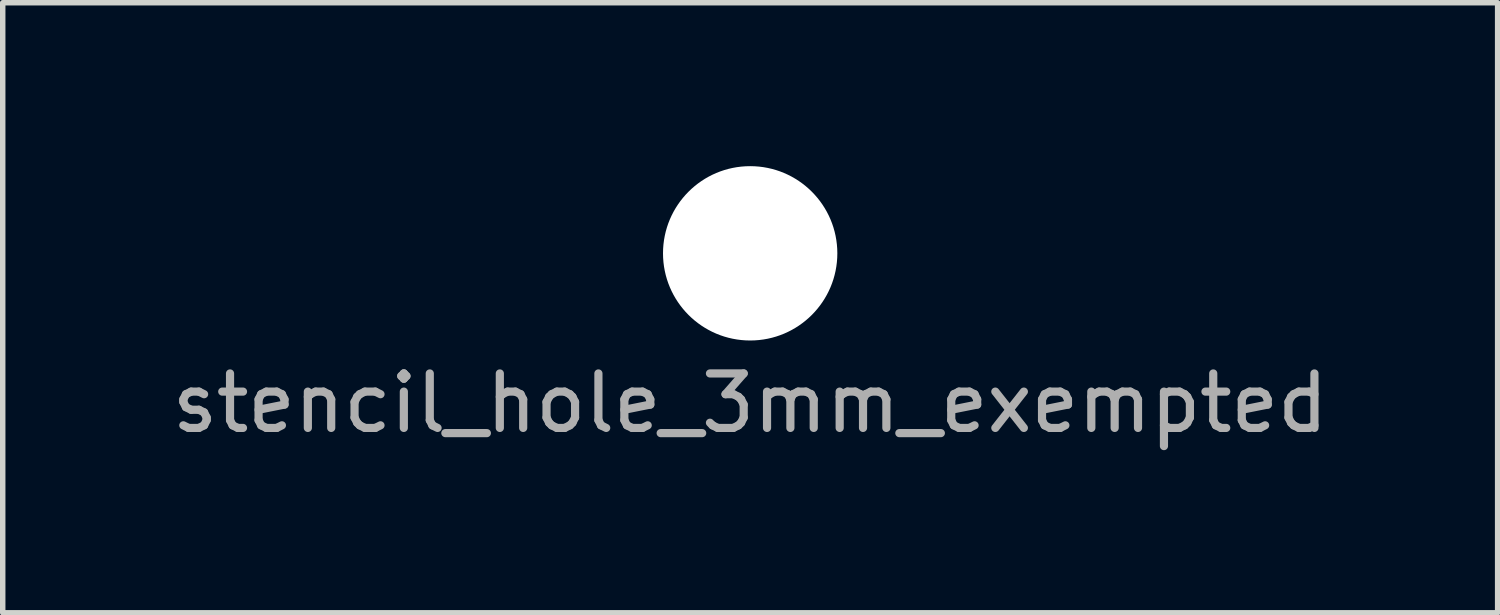
<source format=kicad_pcb>
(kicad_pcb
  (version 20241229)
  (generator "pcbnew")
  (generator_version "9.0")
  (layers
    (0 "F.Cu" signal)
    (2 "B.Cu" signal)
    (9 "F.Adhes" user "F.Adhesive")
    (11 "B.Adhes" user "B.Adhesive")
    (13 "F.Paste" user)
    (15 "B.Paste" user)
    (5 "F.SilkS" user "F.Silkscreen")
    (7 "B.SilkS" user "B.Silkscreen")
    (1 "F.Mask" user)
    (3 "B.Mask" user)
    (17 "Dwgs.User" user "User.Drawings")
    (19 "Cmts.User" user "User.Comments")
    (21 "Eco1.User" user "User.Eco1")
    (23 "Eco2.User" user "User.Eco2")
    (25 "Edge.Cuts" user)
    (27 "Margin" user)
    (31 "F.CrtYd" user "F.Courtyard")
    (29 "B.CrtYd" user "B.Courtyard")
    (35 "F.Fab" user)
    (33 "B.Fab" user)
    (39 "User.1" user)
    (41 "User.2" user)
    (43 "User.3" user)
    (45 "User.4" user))
  (footprint "stencil_hole_3mm_exempted"
    (layer "F.Cu")
    (at 10.72 1.6)
    (property "Reference" "stencil_hole_3mm_exempted" (at 0 2.75 0) (layer "F.Fab") (effects (font (size 1 1) (thickness 0.15))))
    (attr through_hole)
    (pad "" np_thru_hole circle (at 0 0) (size 3.2 3.2) (drill 3.2) (layers "*.Cu" "*.Paste" "*.Mask")))
  (gr_rect
    (start -3 -3)
    (end 24.44 8.198)
    (stroke (width 0.1) (type default))
    (fill no)
    (layer "Edge.Cuts")))
</source>
